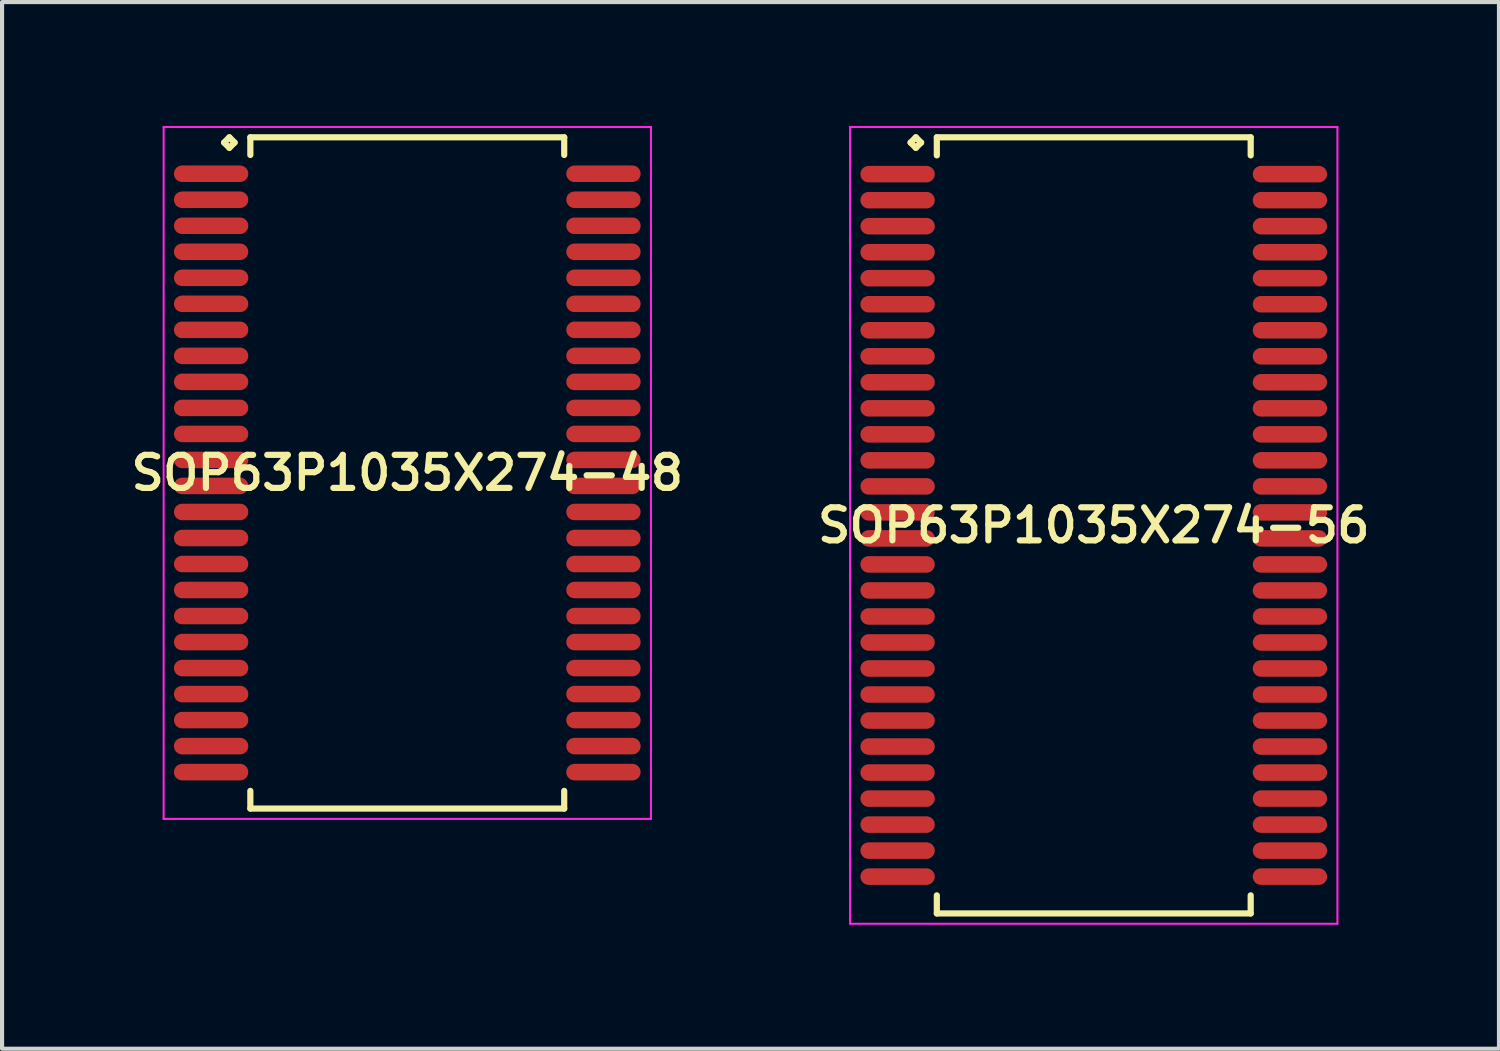
<source format=kicad_pcb>
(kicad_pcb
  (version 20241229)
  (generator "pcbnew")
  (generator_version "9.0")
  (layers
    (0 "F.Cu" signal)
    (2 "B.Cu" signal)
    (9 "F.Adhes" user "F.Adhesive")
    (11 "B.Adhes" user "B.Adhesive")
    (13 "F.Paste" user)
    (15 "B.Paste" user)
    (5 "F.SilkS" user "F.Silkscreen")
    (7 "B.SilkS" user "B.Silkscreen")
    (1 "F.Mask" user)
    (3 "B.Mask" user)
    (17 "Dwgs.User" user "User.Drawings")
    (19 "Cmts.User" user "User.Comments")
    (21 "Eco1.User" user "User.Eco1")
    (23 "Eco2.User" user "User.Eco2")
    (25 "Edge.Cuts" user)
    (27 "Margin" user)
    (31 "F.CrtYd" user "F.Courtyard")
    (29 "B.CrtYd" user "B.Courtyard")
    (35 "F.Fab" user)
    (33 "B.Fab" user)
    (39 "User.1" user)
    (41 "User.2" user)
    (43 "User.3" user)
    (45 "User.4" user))
  (footprint "SOP63P1035X274-48"
    (layer "F.Cu")
    (at 6.812 8.402)
    (property "Reference" "SOP63P1035X274-48" (at 0 0 0) (layer "F.SilkS") (effects (font (size 0.8 0.8) (thickness 0.15))))
    (attr smd)
    (fp_line (start -4.435 -8) (end -4.308 -8.127) (stroke (width 0.15) (type solid)) (layer "F.SilkS"))
    (fp_line (start -4.308 -8.127) (end -4.181 -8) (stroke (width 0.15) (type solid)) (layer "F.SilkS"))
    (fp_line (start -4.308 -7.873) (end -4.435 -8) (stroke (width 0.15) (type solid)) (layer "F.SilkS"))
    (fp_line (start -4.181 -8) (end -4.308 -7.873) (stroke (width 0.15) (type solid)) (layer "F.SilkS"))
    (fp_line (start -3.8 -8.127) (end 3.8 -8.127) (stroke (width 0.15) (type solid)) (layer "F.SilkS"))
    (fp_line (start -3.8 -7.699) (end -3.8 -8.127) (stroke (width 0.15) (type solid)) (layer "F.SilkS"))
    (fp_line (start -3.8 7.699) (end -3.8 8.127) (stroke (width 0.15) (type solid)) (layer "F.SilkS"))
    (fp_line (start -3.8 8.127) (end 3.8 8.127) (stroke (width 0.15) (type solid)) (layer "F.SilkS"))
    (fp_line (start 3.8 -8.127) (end 3.8 -7.699) (stroke (width 0.15) (type solid)) (layer "F.SilkS"))
    (fp_line (start 3.8 8.127) (end 3.8 7.699) (stroke (width 0.15) (type solid)) (layer "F.SilkS"))
    (fp_line (start -5.9 -8.377) (end 5.9 -8.377) (stroke (width 0.05) (type solid)) (layer "F.CrtYd"))
    (fp_line (start -5.9 8.377) (end -5.9 -8.377) (stroke (width 0.05) (type solid)) (layer "F.CrtYd"))
    (fp_line (start 5.9 -8.377) (end 5.9 8.377) (stroke (width 0.05) (type solid)) (layer "F.CrtYd"))
    (fp_line (start 5.9 8.377) (end -5.9 8.377) (stroke (width 0.05) (type solid)) (layer "F.CrtYd"))
    (pad "1" smd oval (at -4.75 -7.245) (size 1.8 0.4) (layers "F.Cu" "F.Mask" "F.Paste"))
    (pad "2" smd oval (at -4.75 -6.615) (size 1.8 0.4) (layers "F.Cu" "F.Mask" "F.Paste"))
    (pad "3" smd oval (at -4.75 -5.985) (size 1.8 0.4) (layers "F.Cu" "F.Mask" "F.Paste"))
    (pad "4" smd oval (at -4.75 -5.355) (size 1.8 0.4) (layers "F.Cu" "F.Mask" "F.Paste"))
    (pad "5" smd oval (at -4.75 -4.725) (size 1.8 0.4) (layers "F.Cu" "F.Mask" "F.Paste"))
    (pad "6" smd oval (at -4.75 -4.095) (size 1.8 0.4) (layers "F.Cu" "F.Mask" "F.Paste"))
    (pad "7" smd oval (at -4.75 -3.465) (size 1.8 0.4) (layers "F.Cu" "F.Mask" "F.Paste"))
    (pad "8" smd oval (at -4.75 -2.835) (size 1.8 0.4) (layers "F.Cu" "F.Mask" "F.Paste"))
    (pad "9" smd oval (at -4.75 -2.205) (size 1.8 0.4) (layers "F.Cu" "F.Mask" "F.Paste"))
    (pad "10" smd oval (at -4.75 -1.575) (size 1.8 0.4) (layers "F.Cu" "F.Mask" "F.Paste"))
    (pad "11" smd oval (at -4.75 -0.945) (size 1.8 0.4) (layers "F.Cu" "F.Mask" "F.Paste"))
    (pad "12" smd oval (at -4.75 -0.315) (size 1.8 0.4) (layers "F.Cu" "F.Mask" "F.Paste"))
    (pad "13" smd oval (at -4.75 0.315) (size 1.8 0.4) (layers "F.Cu" "F.Mask" "F.Paste"))
    (pad "14" smd oval (at -4.75 0.945) (size 1.8 0.4) (layers "F.Cu" "F.Mask" "F.Paste"))
    (pad "15" smd oval (at -4.75 1.575) (size 1.8 0.4) (layers "F.Cu" "F.Mask" "F.Paste"))
    (pad "16" smd oval (at -4.75 2.205) (size 1.8 0.4) (layers "F.Cu" "F.Mask" "F.Paste"))
    (pad "17" smd oval (at -4.75 2.835) (size 1.8 0.4) (layers "F.Cu" "F.Mask" "F.Paste"))
    (pad "18" smd oval (at -4.75 3.465) (size 1.8 0.4) (layers "F.Cu" "F.Mask" "F.Paste"))
    (pad "19" smd oval (at -4.75 4.095) (size 1.8 0.4) (layers "F.Cu" "F.Mask" "F.Paste"))
    (pad "20" smd oval (at -4.75 4.725) (size 1.8 0.4) (layers "F.Cu" "F.Mask" "F.Paste"))
    (pad "21" smd oval (at -4.75 5.355) (size 1.8 0.4) (layers "F.Cu" "F.Mask" "F.Paste"))
    (pad "22" smd oval (at -4.75 5.985) (size 1.8 0.4) (layers "F.Cu" "F.Mask" "F.Paste"))
    (pad "23" smd oval (at -4.75 6.615) (size 1.8 0.4) (layers "F.Cu" "F.Mask" "F.Paste"))
    (pad "24" smd oval (at -4.75 7.245) (size 1.8 0.4) (layers "F.Cu" "F.Mask" "F.Paste"))
    (pad "25" smd oval (at 4.75 7.245) (size 1.8 0.4) (layers "F.Cu" "F.Mask" "F.Paste"))
    (pad "26" smd oval (at 4.75 6.615) (size 1.8 0.4) (layers "F.Cu" "F.Mask" "F.Paste"))
    (pad "27" smd oval (at 4.75 5.985) (size 1.8 0.4) (layers "F.Cu" "F.Mask" "F.Paste"))
    (pad "28" smd oval (at 4.75 5.355) (size 1.8 0.4) (layers "F.Cu" "F.Mask" "F.Paste"))
    (pad "29" smd oval (at 4.75 4.725) (size 1.8 0.4) (layers "F.Cu" "F.Mask" "F.Paste"))
    (pad "30" smd oval (at 4.75 4.095) (size 1.8 0.4) (layers "F.Cu" "F.Mask" "F.Paste"))
    (pad "31" smd oval (at 4.75 3.465) (size 1.8 0.4) (layers "F.Cu" "F.Mask" "F.Paste"))
    (pad "32" smd oval (at 4.75 2.835) (size 1.8 0.4) (layers "F.Cu" "F.Mask" "F.Paste"))
    (pad "33" smd oval (at 4.75 2.205) (size 1.8 0.4) (layers "F.Cu" "F.Mask" "F.Paste"))
    (pad "34" smd oval (at 4.75 1.575) (size 1.8 0.4) (layers "F.Cu" "F.Mask" "F.Paste"))
    (pad "35" smd oval (at 4.75 0.945) (size 1.8 0.4) (layers "F.Cu" "F.Mask" "F.Paste"))
    (pad "36" smd oval (at 4.75 0.315) (size 1.8 0.4) (layers "F.Cu" "F.Mask" "F.Paste"))
    (pad "37" smd oval (at 4.75 -0.315) (size 1.8 0.4) (layers "F.Cu" "F.Mask" "F.Paste"))
    (pad "38" smd oval (at 4.75 -0.945) (size 1.8 0.4) (layers "F.Cu" "F.Mask" "F.Paste"))
    (pad "39" smd oval (at 4.75 -1.575) (size 1.8 0.4) (layers "F.Cu" "F.Mask" "F.Paste"))
    (pad "40" smd oval (at 4.75 -2.205) (size 1.8 0.4) (layers "F.Cu" "F.Mask" "F.Paste"))
    (pad "41" smd oval (at 4.75 -2.835) (size 1.8 0.4) (layers "F.Cu" "F.Mask" "F.Paste"))
    (pad "42" smd oval (at 4.75 -3.465) (size 1.8 0.4) (layers "F.Cu" "F.Mask" "F.Paste"))
    (pad "43" smd oval (at 4.75 -4.095) (size 1.8 0.4) (layers "F.Cu" "F.Mask" "F.Paste"))
    (pad "44" smd oval (at 4.75 -4.725) (size 1.8 0.4) (layers "F.Cu" "F.Mask" "F.Paste"))
    (pad "45" smd oval (at 4.75 -5.355) (size 1.8 0.4) (layers "F.Cu" "F.Mask" "F.Paste"))
    (pad "46" smd oval (at 4.75 -5.985) (size 1.8 0.4) (layers "F.Cu" "F.Mask" "F.Paste"))
    (pad "47" smd oval (at 4.75 -6.615) (size 1.8 0.4) (layers "F.Cu" "F.Mask" "F.Paste"))
    (pad "48" smd oval (at 4.75 -7.245) (size 1.8 0.4) (layers "F.Cu" "F.Mask" "F.Paste")))
  (footprint "SOP63P1035X274-56"
    (layer "F.Cu")
    (at 23.435 9.672)
    (property "Reference" "SOP63P1035X274-56" (at 0 0 0) (layer "F.SilkS") (effects (font (size 0.8 0.8) (thickness 0.15))))
    (attr smd)
    (fp_line (start -4.435 -9.27) (end -4.308 -9.397) (stroke (width 0.15) (type solid)) (layer "F.SilkS"))
    (fp_line (start -4.308 -9.397) (end -4.181 -9.27) (stroke (width 0.15) (type solid)) (layer "F.SilkS"))
    (fp_line (start -4.308 -9.143) (end -4.435 -9.27) (stroke (width 0.15) (type solid)) (layer "F.SilkS"))
    (fp_line (start -4.181 -9.27) (end -4.308 -9.143) (stroke (width 0.15) (type solid)) (layer "F.SilkS"))
    (fp_line (start -3.8 -9.397) (end 3.8 -9.397) (stroke (width 0.15) (type solid)) (layer "F.SilkS"))
    (fp_line (start -3.8 -8.959) (end -3.8 -9.397) (stroke (width 0.15) (type solid)) (layer "F.SilkS"))
    (fp_line (start -3.8 8.959) (end -3.8 9.397) (stroke (width 0.15) (type solid)) (layer "F.SilkS"))
    (fp_line (start -3.8 9.397) (end 3.8 9.397) (stroke (width 0.15) (type solid)) (layer "F.SilkS"))
    (fp_line (start 3.8 -9.397) (end 3.8 -8.959) (stroke (width 0.15) (type solid)) (layer "F.SilkS"))
    (fp_line (start 3.8 9.397) (end 3.8 8.959) (stroke (width 0.15) (type solid)) (layer "F.SilkS"))
    (fp_line (start -5.9 -9.647) (end 5.9 -9.647) (stroke (width 0.05) (type solid)) (layer "F.CrtYd"))
    (fp_line (start -5.9 9.647) (end -5.9 -9.647) (stroke (width 0.05) (type solid)) (layer "F.CrtYd"))
    (fp_line (start 5.9 -9.647) (end 5.9 9.647) (stroke (width 0.05) (type solid)) (layer "F.CrtYd"))
    (fp_line (start 5.9 9.647) (end -5.9 9.647) (stroke (width 0.05) (type solid)) (layer "F.CrtYd"))
    (pad "1" smd oval (at -4.75 -8.505) (size 1.8 0.4) (layers "F.Cu" "F.Mask" "F.Paste"))
    (pad "2" smd oval (at -4.75 -7.875) (size 1.8 0.4) (layers "F.Cu" "F.Mask" "F.Paste"))
    (pad "3" smd oval (at -4.75 -7.245) (size 1.8 0.4) (layers "F.Cu" "F.Mask" "F.Paste"))
    (pad "4" smd oval (at -4.75 -6.615) (size 1.8 0.4) (layers "F.Cu" "F.Mask" "F.Paste"))
    (pad "5" smd oval (at -4.75 -5.985) (size 1.8 0.4) (layers "F.Cu" "F.Mask" "F.Paste"))
    (pad "6" smd oval (at -4.75 -5.355) (size 1.8 0.4) (layers "F.Cu" "F.Mask" "F.Paste"))
    (pad "7" smd oval (at -4.75 -4.725) (size 1.8 0.4) (layers "F.Cu" "F.Mask" "F.Paste"))
    (pad "8" smd oval (at -4.75 -4.095) (size 1.8 0.4) (layers "F.Cu" "F.Mask" "F.Paste"))
    (pad "9" smd oval (at -4.75 -3.465) (size 1.8 0.4) (layers "F.Cu" "F.Mask" "F.Paste"))
    (pad "10" smd oval (at -4.75 -2.835) (size 1.8 0.4) (layers "F.Cu" "F.Mask" "F.Paste"))
    (pad "11" smd oval (at -4.75 -2.205) (size 1.8 0.4) (layers "F.Cu" "F.Mask" "F.Paste"))
    (pad "12" smd oval (at -4.75 -1.575) (size 1.8 0.4) (layers "F.Cu" "F.Mask" "F.Paste"))
    (pad "13" smd oval (at -4.75 -0.945) (size 1.8 0.4) (layers "F.Cu" "F.Mask" "F.Paste"))
    (pad "14" smd oval (at -4.75 -0.315) (size 1.8 0.4) (layers "F.Cu" "F.Mask" "F.Paste"))
    (pad "15" smd oval (at -4.75 0.315) (size 1.8 0.4) (layers "F.Cu" "F.Mask" "F.Paste"))
    (pad "16" smd oval (at -4.75 0.945) (size 1.8 0.4) (layers "F.Cu" "F.Mask" "F.Paste"))
    (pad "17" smd oval (at -4.75 1.575) (size 1.8 0.4) (layers "F.Cu" "F.Mask" "F.Paste"))
    (pad "18" smd oval (at -4.75 2.205) (size 1.8 0.4) (layers "F.Cu" "F.Mask" "F.Paste"))
    (pad "19" smd oval (at -4.75 2.835) (size 1.8 0.4) (layers "F.Cu" "F.Mask" "F.Paste"))
    (pad "20" smd oval (at -4.75 3.465) (size 1.8 0.4) (layers "F.Cu" "F.Mask" "F.Paste"))
    (pad "21" smd oval (at -4.75 4.095) (size 1.8 0.4) (layers "F.Cu" "F.Mask" "F.Paste"))
    (pad "22" smd oval (at -4.75 4.725) (size 1.8 0.4) (layers "F.Cu" "F.Mask" "F.Paste"))
    (pad "23" smd oval (at -4.75 5.355) (size 1.8 0.4) (layers "F.Cu" "F.Mask" "F.Paste"))
    (pad "24" smd oval (at -4.75 5.985) (size 1.8 0.4) (layers "F.Cu" "F.Mask" "F.Paste"))
    (pad "25" smd oval (at -4.75 6.615) (size 1.8 0.4) (layers "F.Cu" "F.Mask" "F.Paste"))
    (pad "26" smd oval (at -4.75 7.245) (size 1.8 0.4) (layers "F.Cu" "F.Mask" "F.Paste"))
    (pad "27" smd oval (at -4.75 7.875) (size 1.8 0.4) (layers "F.Cu" "F.Mask" "F.Paste"))
    (pad "28" smd oval (at -4.75 8.505) (size 1.8 0.4) (layers "F.Cu" "F.Mask" "F.Paste"))
    (pad "29" smd oval (at 4.75 8.505) (size 1.8 0.4) (layers "F.Cu" "F.Mask" "F.Paste"))
    (pad "30" smd oval (at 4.75 7.875) (size 1.8 0.4) (layers "F.Cu" "F.Mask" "F.Paste"))
    (pad "31" smd oval (at 4.75 7.245) (size 1.8 0.4) (layers "F.Cu" "F.Mask" "F.Paste"))
    (pad "32" smd oval (at 4.75 6.615) (size 1.8 0.4) (layers "F.Cu" "F.Mask" "F.Paste"))
    (pad "33" smd oval (at 4.75 5.985) (size 1.8 0.4) (layers "F.Cu" "F.Mask" "F.Paste"))
    (pad "34" smd oval (at 4.75 5.355) (size 1.8 0.4) (layers "F.Cu" "F.Mask" "F.Paste"))
    (pad "35" smd oval (at 4.75 4.725) (size 1.8 0.4) (layers "F.Cu" "F.Mask" "F.Paste"))
    (pad "36" smd oval (at 4.75 4.095) (size 1.8 0.4) (layers "F.Cu" "F.Mask" "F.Paste"))
    (pad "37" smd oval (at 4.75 3.465) (size 1.8 0.4) (layers "F.Cu" "F.Mask" "F.Paste"))
    (pad "38" smd oval (at 4.75 2.835) (size 1.8 0.4) (layers "F.Cu" "F.Mask" "F.Paste"))
    (pad "39" smd oval (at 4.75 2.205) (size 1.8 0.4) (layers "F.Cu" "F.Mask" "F.Paste"))
    (pad "40" smd oval (at 4.75 1.575) (size 1.8 0.4) (layers "F.Cu" "F.Mask" "F.Paste"))
    (pad "41" smd oval (at 4.75 0.945) (size 1.8 0.4) (layers "F.Cu" "F.Mask" "F.Paste"))
    (pad "42" smd oval (at 4.75 0.315) (size 1.8 0.4) (layers "F.Cu" "F.Mask" "F.Paste"))
    (pad "43" smd oval (at 4.75 -0.315) (size 1.8 0.4) (layers "F.Cu" "F.Mask" "F.Paste"))
    (pad "44" smd oval (at 4.75 -0.945) (size 1.8 0.4) (layers "F.Cu" "F.Mask" "F.Paste"))
    (pad "45" smd oval (at 4.75 -1.575) (size 1.8 0.4) (layers "F.Cu" "F.Mask" "F.Paste"))
    (pad "46" smd oval (at 4.75 -2.205) (size 1.8 0.4) (layers "F.Cu" "F.Mask" "F.Paste"))
    (pad "47" smd oval (at 4.75 -2.835) (size 1.8 0.4) (layers "F.Cu" "F.Mask" "F.Paste"))
    (pad "48" smd oval (at 4.75 -3.465) (size 1.8 0.4) (layers "F.Cu" "F.Mask" "F.Paste"))
    (pad "49" smd oval (at 4.75 -4.095) (size 1.8 0.4) (layers "F.Cu" "F.Mask" "F.Paste"))
    (pad "50" smd oval (at 4.75 -4.725) (size 1.8 0.4) (layers "F.Cu" "F.Mask" "F.Paste"))
    (pad "51" smd oval (at 4.75 -5.355) (size 1.8 0.4) (layers "F.Cu" "F.Mask" "F.Paste"))
    (pad "52" smd oval (at 4.75 -5.985) (size 1.8 0.4) (layers "F.Cu" "F.Mask" "F.Paste"))
    (pad "53" smd oval (at 4.75 -6.615) (size 1.8 0.4) (layers "F.Cu" "F.Mask" "F.Paste"))
    (pad "54" smd oval (at 4.75 -7.245) (size 1.8 0.4) (layers "F.Cu" "F.Mask" "F.Paste"))
    (pad "55" smd oval (at 4.75 -7.875) (size 1.8 0.4) (layers "F.Cu" "F.Mask" "F.Paste"))
    (pad "56" smd oval (at 4.75 -8.505) (size 1.8 0.4) (layers "F.Cu" "F.Mask" "F.Paste")))
  (gr_rect
    (start -3 -3)
    (end 33.247 22.344)
    (stroke (width 0.1) (type default))
    (fill no)
    (layer "Edge.Cuts")))
</source>
